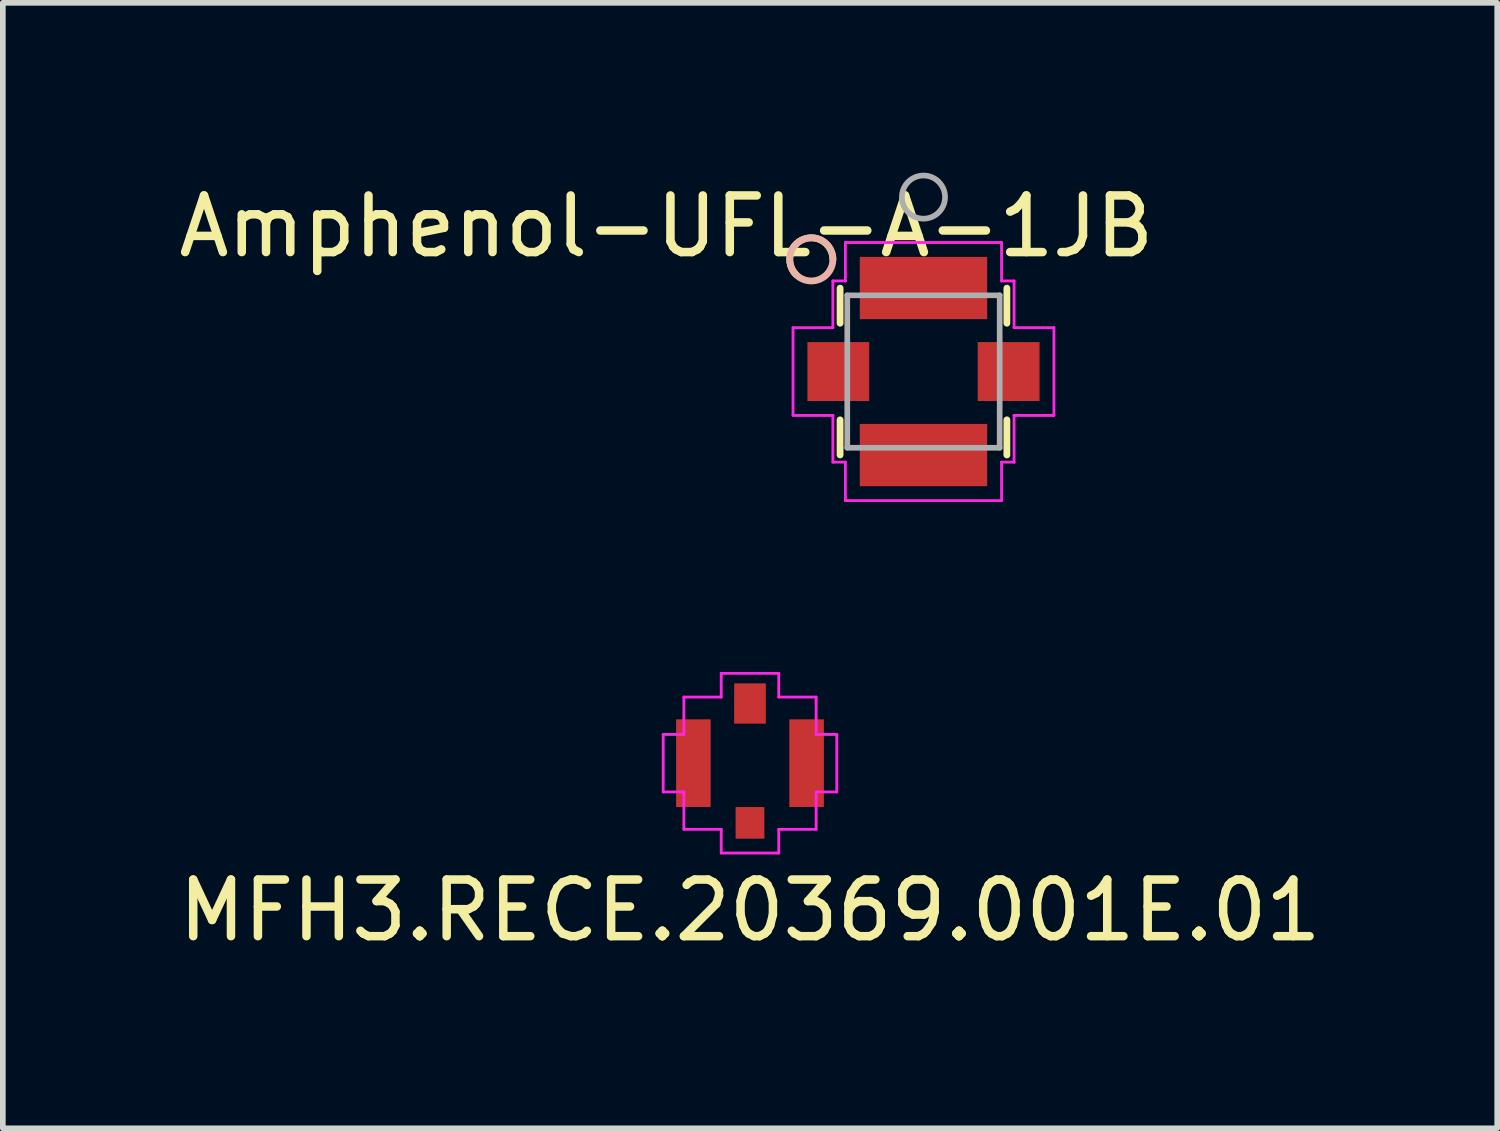
<source format=kicad_pcb>
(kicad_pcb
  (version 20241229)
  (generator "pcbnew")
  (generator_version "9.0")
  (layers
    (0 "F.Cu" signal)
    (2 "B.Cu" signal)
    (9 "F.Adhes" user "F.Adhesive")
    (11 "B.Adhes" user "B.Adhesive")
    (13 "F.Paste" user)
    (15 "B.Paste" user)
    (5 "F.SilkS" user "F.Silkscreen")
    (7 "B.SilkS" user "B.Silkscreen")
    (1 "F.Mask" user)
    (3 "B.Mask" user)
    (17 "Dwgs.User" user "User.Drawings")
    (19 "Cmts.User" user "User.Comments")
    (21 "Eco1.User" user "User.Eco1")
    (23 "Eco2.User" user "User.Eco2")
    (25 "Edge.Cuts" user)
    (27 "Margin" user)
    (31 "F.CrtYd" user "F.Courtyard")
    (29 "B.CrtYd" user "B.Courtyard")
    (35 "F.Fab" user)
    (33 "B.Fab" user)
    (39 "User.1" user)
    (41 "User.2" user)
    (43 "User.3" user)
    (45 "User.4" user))
  (footprint "MFH3.RECE.20369.001E.01"
    (layer "F.Cu")
    (at 10.196 10.429)
    (property "Reference" "MFH3.RECE.20369.001E.01" (at 0 2.6 0) (layer "F.SilkS") (effects (font (size 1 1) (thickness 0.15))))
    (attr through_hole)
    (fp_line (start -1.533 -0.508) (end -1.168 -0.508) (stroke (width 0.05) (type solid)) (layer "F.CrtYd"))
    (fp_line (start -1.533 0.508) (end -1.533 -0.508) (stroke (width 0.05) (type solid)) (layer "F.CrtYd"))
    (fp_line (start -1.168 -1.168) (end -0.508 -1.168) (stroke (width 0.05) (type solid)) (layer "F.CrtYd"))
    (fp_line (start -1.168 -0.508) (end -1.168 -1.168) (stroke (width 0.05) (type solid)) (layer "F.CrtYd"))
    (fp_line (start -1.168 0.508) (end -1.533 0.508) (stroke (width 0.05) (type solid)) (layer "F.CrtYd"))
    (fp_line (start -1.168 1.168) (end -1.168 0.508) (stroke (width 0.05) (type solid)) (layer "F.CrtYd"))
    (fp_line (start -0.508 -1.587) (end 0.508 -1.587) (stroke (width 0.05) (type solid)) (layer "F.CrtYd"))
    (fp_line (start -0.508 -1.168) (end -0.508 -1.587) (stroke (width 0.05) (type solid)) (layer "F.CrtYd"))
    (fp_line (start -0.508 1.168) (end -1.168 1.168) (stroke (width 0.05) (type solid)) (layer "F.CrtYd"))
    (fp_line (start -0.508 1.587) (end -0.508 1.168) (stroke (width 0.05) (type solid)) (layer "F.CrtYd"))
    (fp_line (start 0.508 -1.587) (end 0.508 -1.168) (stroke (width 0.05) (type solid)) (layer "F.CrtYd"))
    (fp_line (start 0.508 -1.168) (end 1.168 -1.168) (stroke (width 0.05) (type solid)) (layer "F.CrtYd"))
    (fp_line (start 0.508 1.168) (end 0.508 1.587) (stroke (width 0.05) (type solid)) (layer "F.CrtYd"))
    (fp_line (start 0.508 1.587) (end -0.508 1.587) (stroke (width 0.05) (type solid)) (layer "F.CrtYd"))
    (fp_line (start 1.168 -1.168) (end 1.168 -0.508) (stroke (width 0.05) (type solid)) (layer "F.CrtYd"))
    (fp_line (start 1.168 -0.508) (end 1.533 -0.508) (stroke (width 0.05) (type solid)) (layer "F.CrtYd"))
    (fp_line (start 1.168 0.508) (end 1.168 1.168) (stroke (width 0.05) (type solid)) (layer "F.CrtYd"))
    (fp_line (start 1.168 1.168) (end 0.508 1.168) (stroke (width 0.05) (type solid)) (layer "F.CrtYd"))
    (fp_line (start 1.533 -0.508) (end 1.533 0.508) (stroke (width 0.05) (type solid)) (layer "F.CrtYd"))
    (fp_line (start 1.533 0.508) (end 1.168 0.508) (stroke (width 0.05) (type solid)) (layer "F.CrtYd"))
    (pad "1" smd rect (at -1 0 90) (size 1.549 0.61) (layers "F.Cu" "F.Mask" "F.Paste"))
    (pad "2" smd rect (at 0 1.054) (size 0.508 0.559) (layers "F.Cu" "F.Mask" "F.Paste"))
    (pad "3" smd rect (at 1 0 90) (size 1.549 0.61) (layers "F.Cu" "F.Mask" "F.Paste"))
    (pad "4" smd rect (at 0 -1.054) (size 0.559 0.711) (layers "F.Cu" "F.Mask" "F.Paste")))
  (footprint "Amphenol-UFL-A-1JB"
    (layer "F.Cu")
    (at 13.26 2.037)
    (property "Reference" "Amphenol-UFL-A-1JB" (at -4.54 -1.09 0) (layer "F.SilkS") (effects (font (size 1 1) (thickness 0.15))))
    (attr smd)
    (fp_line (start -1.473 0.002) (end -1.473 0.622) (stroke (width 0.12) (type solid)) (layer "F.SilkS"))
    (fp_line (start -1.473 2.328) (end -1.473 2.948) (stroke (width 0.12) (type solid)) (layer "F.SilkS"))
    (fp_line (start 1.473 0.622) (end 1.473 0.002) (stroke (width 0.12) (type solid)) (layer "F.SilkS"))
    (fp_line (start 1.473 2.948) (end 1.473 2.328) (stroke (width 0.12) (type solid)) (layer "F.SilkS"))
    (fp_arc (start -2.253713 -0.239733) (mid -2.12496 -0.858838) (end -1.6002 -0.506) (stroke (width 0.12) (type solid)) (layer "F.SilkS"))
    (fp_circle (center -1.981 -0.506) (end -1.6 -0.506) (stroke (width 0.12) (type solid)) (fill no) (layer "B.SilkS"))
    (fp_line (start -2.304 0.7) (end -2.304 2.25) (stroke (width 0.05) (type solid)) (layer "F.CrtYd"))
    (fp_line (start -2.304 2.25) (end -1.6 2.25) (stroke (width 0.05) (type solid)) (layer "F.CrtYd"))
    (fp_line (start -1.6 -0.125) (end -1.6 0.7) (stroke (width 0.05) (type solid)) (layer "F.CrtYd"))
    (fp_line (start -1.6 0.7) (end -2.304 0.7) (stroke (width 0.05) (type solid)) (layer "F.CrtYd"))
    (fp_line (start -1.6 2.25) (end -1.6 3.075) (stroke (width 0.05) (type solid)) (layer "F.CrtYd"))
    (fp_line (start -1.6 3.075) (end -1.379 3.075) (stroke (width 0.05) (type solid)) (layer "F.CrtYd"))
    (fp_line (start -1.379 -0.804) (end -1.379 -0.125) (stroke (width 0.05) (type solid)) (layer "F.CrtYd"))
    (fp_line (start -1.379 -0.125) (end -1.6 -0.125) (stroke (width 0.05) (type solid)) (layer "F.CrtYd"))
    (fp_line (start -1.379 3.075) (end -1.379 3.754) (stroke (width 0.05) (type solid)) (layer "F.CrtYd"))
    (fp_line (start -1.379 3.754) (end 1.379 3.754) (stroke (width 0.05) (type solid)) (layer "F.CrtYd"))
    (fp_line (start 1.379 -0.804) (end -1.379 -0.804) (stroke (width 0.05) (type solid)) (layer "F.CrtYd"))
    (fp_line (start 1.379 -0.125) (end 1.379 -0.804) (stroke (width 0.05) (type solid)) (layer "F.CrtYd"))
    (fp_line (start 1.379 3.075) (end 1.6 3.075) (stroke (width 0.05) (type solid)) (layer "F.CrtYd"))
    (fp_line (start 1.379 3.754) (end 1.379 3.075) (stroke (width 0.05) (type solid)) (layer "F.CrtYd"))
    (fp_line (start 1.6 -0.125) (end 1.379 -0.125) (stroke (width 0.05) (type solid)) (layer "F.CrtYd"))
    (fp_line (start 1.6 0.7) (end 1.6 -0.125) (stroke (width 0.05) (type solid)) (layer "F.CrtYd"))
    (fp_line (start 1.6 2.25) (end 2.304 2.25) (stroke (width 0.05) (type solid)) (layer "F.CrtYd"))
    (fp_line (start 1.6 3.075) (end 1.6 2.25) (stroke (width 0.05) (type solid)) (layer "F.CrtYd"))
    (fp_line (start 2.304 0.7) (end 1.6 0.7) (stroke (width 0.05) (type solid)) (layer "F.CrtYd"))
    (fp_line (start 2.304 2.25) (end 2.304 0.7) (stroke (width 0.05) (type solid)) (layer "F.CrtYd"))
    (fp_line (start -1.346 0.129) (end -1.346 2.821) (stroke (width 0.1) (type solid)) (layer "F.Fab"))
    (fp_line (start -1.346 2.821) (end 1.346 2.821) (stroke (width 0.1) (type solid)) (layer "F.Fab"))
    (fp_line (start 1.346 0.129) (end -1.346 0.129) (stroke (width 0.1) (type solid)) (layer "F.Fab"))
    (fp_line (start 1.346 2.821) (end 1.346 0.129) (stroke (width 0.1) (type solid)) (layer "F.Fab"))
    (fp_circle (center 0 -1.606) (end 0.381 -1.606) (stroke (width 0.1) (type solid)) (fill no) (layer "F.Fab"))
    (pad "1" smd rect (at 1.504 1.475) (size 1.092 1.041) (layers "F.Cu" "F.Mask" "F.Paste"))
    (pad "2" smd rect (at -1.504 1.475) (size 1.092 1.041) (layers "F.Cu" "F.Mask" "F.Paste"))
    (pad "2" smd rect (at 0 0) (size 2.25 1.1) (layers "F.Cu" "F.Mask" "F.Paste"))
    (pad "2" smd rect (at 0 2.95) (size 2.25 1.1) (layers "F.Cu" "F.Mask" "F.Paste")))
  (gr_rect
    (start -3 -3)
    (end 23.393 16.877)
    (stroke (width 0.1) (type default))
    (fill no)
    (layer "Edge.Cuts")))
</source>
